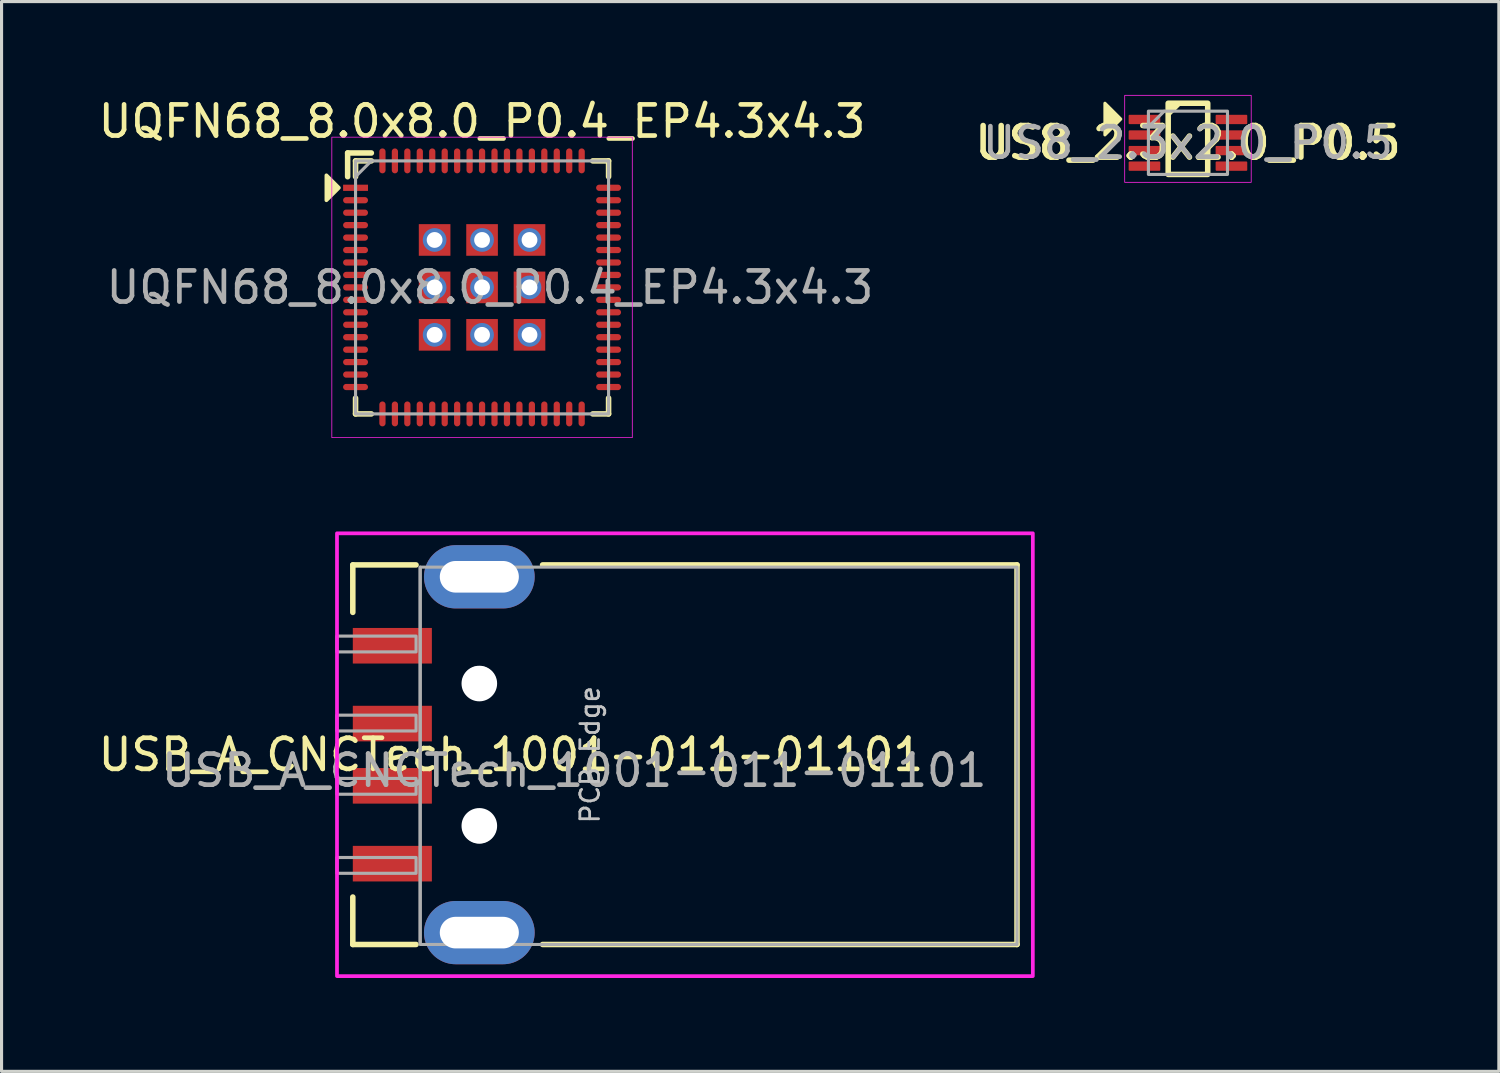
<source format=kicad_pcb>
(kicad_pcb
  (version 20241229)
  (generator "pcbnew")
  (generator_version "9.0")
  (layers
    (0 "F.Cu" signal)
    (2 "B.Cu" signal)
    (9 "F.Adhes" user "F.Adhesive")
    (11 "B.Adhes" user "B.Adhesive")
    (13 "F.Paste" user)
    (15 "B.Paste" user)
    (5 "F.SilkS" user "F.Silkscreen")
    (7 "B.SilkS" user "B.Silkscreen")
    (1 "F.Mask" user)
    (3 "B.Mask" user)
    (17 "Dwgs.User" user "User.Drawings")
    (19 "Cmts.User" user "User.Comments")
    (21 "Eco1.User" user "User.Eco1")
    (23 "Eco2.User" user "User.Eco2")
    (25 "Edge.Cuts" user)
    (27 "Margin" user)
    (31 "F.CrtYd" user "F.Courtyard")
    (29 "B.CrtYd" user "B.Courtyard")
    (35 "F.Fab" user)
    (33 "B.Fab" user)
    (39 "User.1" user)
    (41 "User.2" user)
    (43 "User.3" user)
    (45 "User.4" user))
  (footprint "USB_A_CNCTech_1001-011-01101"
    (layer "F.Cu")
    (at 12.347 21.193)
    (property "Reference" "USB_A_CNCTech_1001-011-01101" (at 1.016 0 0) (layer "F.SilkS") (effects (font (size 1 1) (thickness 0.15))))
    (attr smd)
    (fp_line (start -4.064 -6.096) (end -2.032 -6.096) (stroke (width 0.178) (type solid)) (layer "F.SilkS"))
    (fp_line (start -4.064 -4.572) (end -4.064 -6.096) (stroke (width 0.178) (type solid)) (layer "F.SilkS"))
    (fp_line (start -4.064 4.572) (end -4.064 6.096) (stroke (width 0.178) (type solid)) (layer "F.SilkS"))
    (fp_line (start -4.064 6.096) (end -2.032 6.096) (stroke (width 0.178) (type solid)) (layer "F.SilkS"))
    (fp_line (start 2.032 -6.096) (end 17.272 -6.096) (stroke (width 0.178) (type solid)) (layer "F.SilkS"))
    (fp_line (start 2.032 6.096) (end 17.272 6.096) (stroke (width 0.178) (type solid)) (layer "F.SilkS"))
    (fp_line (start 17.272 -6.096) (end 17.272 6.096) (stroke (width 0.178) (type solid)) (layer "F.SilkS"))
    (fp_line (start 3.048 -7.112) (end 3.048 7.112) (stroke (width 0.12) (type solid)) (layer "F.Paste"))
    (fp_rect (start 17.78 -7.112) (end -4.572 7.112) (stroke (width 0.12) (type solid)) (fill no) (layer "F.CrtYd"))
    (fp_line (start -1.9 6.025) (end -1.9 -6.025) (stroke (width 0.1) (type solid)) (layer "F.Fab"))
    (fp_rect (start -4.572 -3.81) (end -2.032 -3.302) (stroke (width 0.1) (type solid)) (fill no) (layer "F.Fab"))
    (fp_rect (start -4.572 -1.27) (end -2.032 -0.762) (stroke (width 0.1) (type solid)) (fill no) (layer "F.Fab"))
    (fp_rect (start -4.572 0.762) (end -2.032 1.27) (stroke (width 0.1) (type solid)) (fill no) (layer "F.Fab"))
    (fp_rect (start -4.572 3.302) (end -2.032 3.81) (stroke (width 0.1) (type solid)) (fill no) (layer "F.Fab"))
    (fp_rect (start -1.9 -6.025) (end 17.272 6.096) (stroke (width 0.1) (type solid)) (fill no) (layer "F.Fab"))
    (fp_circle (center 0 -2.3) (end 0.5 -2.3) (stroke (width 0.1) (type solid)) (fill no) (layer "F.Fab"))
    (fp_circle (center 0 2.3) (end 0.5 2.3) (stroke (width 0.1) (type solid)) (fill no) (layer "F.Fab"))
    (fp_text user "PCB Edge" (at 3.556 0 90) (layer "Dwgs.User") (effects (font (size 0.6 0.6) (thickness 0.09))))
    (fp_text user "${REFERENCE}" (at 3.048 0.508 180) (layer "F.Fab") (effects (font (size 1 1) (thickness 0.15))))
    (pad "" np_thru_hole circle (at 0 -2.286) (size 1.143 1.143) (drill 1.143) (layers "*.Cu" "*.Mask"))
    (pad "" np_thru_hole circle (at 0 2.286) (size 1.143 1.143) (drill 1.143) (layers "*.Cu" "*.Mask"))
    (pad "1" smd rect (at -2.794 -3.5) (size 2.54 1.143) (layers "F.Cu" "F.Mask" "F.Paste"))
    (pad "2" smd rect (at -2.794 -1) (size 2.54 1.143) (layers "F.Cu" "F.Mask" "F.Paste"))
    (pad "3" smd rect (at -2.794 1) (size 2.54 1.143) (layers "F.Cu" "F.Mask" "F.Paste"))
    (pad "4" smd rect (at -2.794 3.5) (size 2.54 1.143) (layers "F.Cu" "F.Mask" "F.Paste"))
    (pad "SH" thru_hole oval (at 0 -5.715) (size 3.556 2.032) (drill oval 2.54 1.016) (layers "*.Cu" "*.Mask"))
    (pad "SH" thru_hole oval (at 0 5.715) (size 3.556 2.032) (drill oval 2.54 1.016) (layers "*.Cu" "*.Mask")))
  (footprint "UQFN68_8.0x8.0_P0.4_EP4.3x4.3"
    (layer "F.Cu")
    (at 12.435 6.182)
    (property "Reference" "UQFN68_8.0x8.0_P0.4_EP4.3x4.3" (at 0 -5.334 0) (unlocked yes) (layer "F.SilkS") (effects (font (size 1 1) (thickness 0.15))))
    (attr smd)
    (fp_line (start -4.318 -4.318) (end -3.556 -4.318) (stroke (width 0.178) (type solid)) (layer "F.SilkS"))
    (fp_line (start -4.318 -3.556) (end -4.318 -4.318) (stroke (width 0.178) (type solid)) (layer "F.SilkS"))
    (fp_line (start -4.064 -4.064) (end -3.556 -4.064) (stroke (width 0.178) (type solid)) (layer "F.SilkS"))
    (fp_line (start -4.064 -3.556) (end -4.064 -4.064) (stroke (width 0.178) (type solid)) (layer "F.SilkS"))
    (fp_line (start -4.064 3.556) (end -4.064 4.064) (stroke (width 0.178) (type solid)) (layer "F.SilkS"))
    (fp_line (start -4.064 4.064) (end -3.556 4.064) (stroke (width 0.178) (type solid)) (layer "F.SilkS"))
    (fp_line (start 3.556 -4.064) (end 4.064 -4.064) (stroke (width 0.178) (type solid)) (layer "F.SilkS"))
    (fp_line (start 3.556 4.064) (end 4.064 4.064) (stroke (width 0.178) (type solid)) (layer "F.SilkS"))
    (fp_line (start 4.064 -4.064) (end 4.064 -3.556) (stroke (width 0.178) (type solid)) (layer "F.SilkS"))
    (fp_line (start 4.064 4.064) (end 4.064 3.556) (stroke (width 0.178) (type solid)) (layer "F.SilkS"))
    (fp_poly (pts (xy -4.6 -3.2) (xy -5 -2.8) (xy -5 -3.6)) (stroke (width 0.12) (type solid)) (fill yes) (layer "F.SilkS"))
    (fp_rect (start -4.826 -4.826) (end 4.826 4.826) (stroke (width 0.025) (type solid)) (fill no) (layer "F.CrtYd"))
    (fp_line (start -4.064 -3.556) (end -3.556 -4.064) (stroke (width 0.1) (type solid)) (layer "F.Fab"))
    (fp_rect (start -4.064 -4.064) (end 4.064 4.064) (stroke (width 0.1) (type solid)) (fill no) (layer "F.Fab"))
    (fp_text user "${REFERENCE}" (at 0.254 0 0) (unlocked yes) (layer "F.Fab") (effects (font (size 1 1) (thickness 0.15))))
    (pad "1" smd rect (at -4.064 -3.2) (size 0.8 0.2) (layers "F.Cu" "F.Mask" "F.Paste"))
    (pad "2" smd oval (at -4.064 -2.8) (size 0.8 0.2) (layers "F.Cu" "F.Mask" "F.Paste"))
    (pad "3" smd oval (at -4.064 -2.4) (size 0.8 0.2) (layers "F.Cu" "F.Mask" "F.Paste"))
    (pad "4" smd oval (at -4.064 -2) (size 0.8 0.2) (layers "F.Cu" "F.Mask" "F.Paste"))
    (pad "5" smd oval (at -4.064 -1.6) (size 0.8 0.2) (layers "F.Cu" "F.Mask" "F.Paste"))
    (pad "6" smd oval (at -4.064 -1.2) (size 0.8 0.2) (layers "F.Cu" "F.Mask" "F.Paste"))
    (pad "7" smd oval (at -4.064 -0.8) (size 0.8 0.2) (layers "F.Cu" "F.Mask" "F.Paste"))
    (pad "8" smd oval (at -4.064 -0.4) (size 0.8 0.2) (layers "F.Cu" "F.Mask" "F.Paste"))
    (pad "9" smd oval (at -4.064 0) (size 0.8 0.2) (layers "F.Cu" "F.Mask" "F.Paste"))
    (pad "10" smd oval (at -4.064 0.4) (size 0.8 0.2) (layers "F.Cu" "F.Mask" "F.Paste"))
    (pad "11" smd oval (at -4.064 0.8) (size 0.8 0.2) (layers "F.Cu" "F.Mask" "F.Paste"))
    (pad "12" smd oval (at -4.064 1.2) (size 0.8 0.2) (layers "F.Cu" "F.Mask" "F.Paste"))
    (pad "13" smd oval (at -4.064 1.6) (size 0.8 0.2) (layers "F.Cu" "F.Mask" "F.Paste"))
    (pad "14" smd oval (at -4.064 2) (size 0.8 0.2) (layers "F.Cu" "F.Mask" "F.Paste"))
    (pad "15" smd oval (at -4.064 2.4) (size 0.8 0.2) (layers "F.Cu" "F.Mask" "F.Paste"))
    (pad "16" smd oval (at -4.064 2.8) (size 0.8 0.2) (layers "F.Cu" "F.Mask" "F.Paste"))
    (pad "17" smd oval (at -4.064 3.2) (size 0.8 0.2) (layers "F.Cu" "F.Mask" "F.Paste"))
    (pad "18" smd oval (at -3.2 4.064) (size 0.2 0.8) (layers "F.Cu" "F.Mask" "F.Paste"))
    (pad "19" smd oval (at -2.8 4.064) (size 0.2 0.8) (layers "F.Cu" "F.Mask" "F.Paste"))
    (pad "20" smd oval (at -2.4 4.064) (size 0.2 0.8) (layers "F.Cu" "F.Mask" "F.Paste"))
    (pad "21" smd oval (at -2 4.064) (size 0.2 0.8) (layers "F.Cu" "F.Mask" "F.Paste"))
    (pad "22" smd oval (at -1.6 4.064) (size 0.2 0.8) (layers "F.Cu" "F.Mask" "F.Paste"))
    (pad "23" smd oval (at -1.2 4.064) (size 0.2 0.8) (layers "F.Cu" "F.Mask" "F.Paste"))
    (pad "24" smd oval (at -0.8 4.064) (size 0.2 0.8) (layers "F.Cu" "F.Mask" "F.Paste"))
    (pad "25" smd oval (at -0.4 4.064) (size 0.2 0.8) (layers "F.Cu" "F.Mask" "F.Paste"))
    (pad "26" smd oval (at 0 4.064) (size 0.2 0.8) (layers "F.Cu" "F.Mask" "F.Paste"))
    (pad "27" smd oval (at 0.4 4.064) (size 0.2 0.8) (layers "F.Cu" "F.Mask" "F.Paste"))
    (pad "28" smd oval (at 0.8 4.064) (size 0.2 0.8) (layers "F.Cu" "F.Mask" "F.Paste"))
    (pad "29" smd oval (at 1.2 4.064) (size 0.2 0.8) (layers "F.Cu" "F.Mask" "F.Paste"))
    (pad "30" smd oval (at 1.6 4.064) (size 0.2 0.8) (layers "F.Cu" "F.Mask" "F.Paste"))
    (pad "31" smd oval (at 2 4.064) (size 0.2 0.8) (layers "F.Cu" "F.Mask" "F.Paste"))
    (pad "32" smd oval (at 2.4 4.064) (size 0.2 0.8) (layers "F.Cu" "F.Mask" "F.Paste"))
    (pad "33" smd oval (at 2.8 4.064) (size 0.2 0.8) (layers "F.Cu" "F.Mask" "F.Paste"))
    (pad "34" smd oval (at 3.2 4.064) (size 0.2 0.8) (layers "F.Cu" "F.Mask" "F.Paste"))
    (pad "35" smd oval (at 4.064 3.2) (size 0.8 0.2) (layers "F.Cu" "F.Mask" "F.Paste"))
    (pad "36" smd oval (at 4.064 2.8) (size 0.8 0.2) (layers "F.Cu" "F.Mask" "F.Paste"))
    (pad "37" smd oval (at 4.064 2.4) (size 0.8 0.2) (layers "F.Cu" "F.Mask" "F.Paste"))
    (pad "38" smd oval (at 4.064 2) (size 0.8 0.2) (layers "F.Cu" "F.Mask" "F.Paste"))
    (pad "39" smd oval (at 4.064 1.6) (size 0.8 0.2) (layers "F.Cu" "F.Mask" "F.Paste"))
    (pad "40" smd oval (at 4.064 1.2) (size 0.8 0.2) (layers "F.Cu" "F.Mask" "F.Paste"))
    (pad "41" smd oval (at 4.064 0.8) (size 0.8 0.2) (layers "F.Cu" "F.Mask" "F.Paste"))
    (pad "42" smd oval (at 4.064 0.4) (size 0.8 0.2) (layers "F.Cu" "F.Mask" "F.Paste"))
    (pad "43" smd oval (at 4.064 0) (size 0.8 0.2) (layers "F.Cu" "F.Mask" "F.Paste"))
    (pad "44" smd oval (at 4.064 -0.4) (size 0.8 0.2) (layers "F.Cu" "F.Mask" "F.Paste"))
    (pad "45" smd oval (at 4.064 -0.8) (size 0.8 0.2) (layers "F.Cu" "F.Mask" "F.Paste"))
    (pad "46" smd oval (at 4.064 -1.2) (size 0.8 0.2) (layers "F.Cu" "F.Mask" "F.Paste"))
    (pad "47" smd oval (at 4.064 -1.6) (size 0.8 0.2) (layers "F.Cu" "F.Mask" "F.Paste"))
    (pad "48" smd oval (at 4.064 -2) (size 0.8 0.2) (layers "F.Cu" "F.Mask" "F.Paste"))
    (pad "49" smd oval (at 4.064 -2.4) (size 0.8 0.2) (layers "F.Cu" "F.Mask" "F.Paste"))
    (pad "50" smd oval (at 4.064 -2.8) (size 0.8 0.2) (layers "F.Cu" "F.Mask" "F.Paste"))
    (pad "51" smd oval (at 4.064 -3.2) (size 0.8 0.2) (layers "F.Cu" "F.Mask" "F.Paste"))
    (pad "52" smd oval (at 3.2 -4.064) (size 0.2 0.8) (layers "F.Cu" "F.Mask" "F.Paste"))
    (pad "53" smd oval (at 2.8 -4.064) (size 0.2 0.8) (layers "F.Cu" "F.Mask" "F.Paste"))
    (pad "54" smd oval (at 2.4 -4.064) (size 0.2 0.8) (layers "F.Cu" "F.Mask" "F.Paste"))
    (pad "55" smd oval (at 2 -4.064) (size 0.2 0.8) (layers "F.Cu" "F.Mask" "F.Paste"))
    (pad "56" smd oval (at 1.6 -4.064) (size 0.2 0.8) (layers "F.Cu" "F.Mask" "F.Paste"))
    (pad "57" smd oval (at 1.2 -4.064) (size 0.2 0.8) (layers "F.Cu" "F.Mask" "F.Paste"))
    (pad "58" smd oval (at 0.8 -4.064) (size 0.2 0.8) (layers "F.Cu" "F.Mask" "F.Paste"))
    (pad "59" smd oval (at 0.4 -4.064) (size 0.2 0.8) (layers "F.Cu" "F.Mask" "F.Paste"))
    (pad "60" smd oval (at 0 -4.064) (size 0.2 0.8) (layers "F.Cu" "F.Mask" "F.Paste"))
    (pad "61" smd oval (at -0.4 -4.064) (size 0.2 0.8) (layers "F.Cu" "F.Mask" "F.Paste"))
    (pad "62" smd oval (at -0.8 -4.064) (size 0.2 0.8) (layers "F.Cu" "F.Mask" "F.Paste"))
    (pad "63" smd oval (at -1.2 -4.064) (size 0.2 0.8) (layers "F.Cu" "F.Mask" "F.Paste"))
    (pad "64" smd oval (at -1.6 -4.064) (size 0.2 0.8) (layers "F.Cu" "F.Mask" "F.Paste"))
    (pad "65" smd oval (at -2 -4.064) (size 0.2 0.8) (layers "F.Cu" "F.Mask" "F.Paste"))
    (pad "66" smd oval (at -2.4 -4.064) (size 0.2 0.8) (layers "F.Cu" "F.Mask" "F.Paste"))
    (pad "67" smd oval (at -2.8 -4.064) (size 0.2 0.8) (layers "F.Cu" "F.Mask" "F.Paste"))
    (pad "68" smd oval (at -3.2 -4.064) (size 0.2 0.8) (layers "F.Cu" "F.Mask" "F.Paste"))
    (pad "69" thru_hole circle (at -1.524 -1.524) (size 0.762 0.762) (drill 0.508) (layers "*.Cu" "*.Mask"))
    (pad "69" smd rect (at -1.524 -1.524) (size 1.016 1.016) (layers "F.Cu" "F.Mask" "F.Paste"))
    (pad "69" thru_hole circle (at -1.524 0) (size 0.762 0.762) (drill 0.508) (layers "*.Cu" "*.Mask"))
    (pad "69" smd rect (at -1.524 0) (size 1.016 1.016) (layers "F.Cu" "F.Mask" "F.Paste"))
    (pad "69" thru_hole circle (at -1.524 1.524) (size 0.762 0.762) (drill 0.508) (layers "*.Cu" "*.Mask"))
    (pad "69" smd rect (at -1.524 1.524) (size 1.016 1.016) (layers "F.Cu" "F.Mask" "F.Paste"))
    (pad "69" thru_hole circle (at 0 -1.524) (size 0.762 0.762) (drill 0.508) (layers "*.Cu" "*.Mask"))
    (pad "69" smd rect (at 0 -1.524) (size 1.016 1.016) (layers "F.Cu" "F.Mask" "F.Paste"))
    (pad "69" thru_hole circle (at 0 0) (size 0.762 0.762) (drill 0.508) (layers "*.Cu" "*.Mask"))
    (pad "69" smd rect (at 0 0) (size 1.016 1.016) (layers "F.Cu" "F.Mask" "F.Paste"))
    (pad "69" thru_hole circle (at 0 1.524) (size 0.762 0.762) (drill 0.508) (layers "*.Cu" "*.Mask"))
    (pad "69" smd rect (at 0 1.524) (size 1.016 1.016) (layers "F.Cu" "F.Mask" "F.Paste"))
    (pad "69" thru_hole circle (at 1.524 -1.524) (size 0.762 0.762) (drill 0.508) (layers "*.Cu" "*.Mask"))
    (pad "69" smd rect (at 1.524 -1.524) (size 1.016 1.016) (layers "F.Cu" "F.Mask" "F.Paste"))
    (pad "69" thru_hole circle (at 1.524 0) (size 0.762 0.762) (drill 0.508) (layers "*.Cu" "*.Mask"))
    (pad "69" smd rect (at 1.524 0) (size 1.016 1.016) (layers "F.Cu" "F.Mask" "F.Paste"))
    (pad "69" thru_hole circle (at 1.524 1.524) (size 0.762 0.762) (drill 0.508) (layers "*.Cu" "*.Mask"))
    (pad "69" smd rect (at 1.524 1.524) (size 1.016 1.016) (layers "F.Cu" "F.Mask" "F.Paste")))
  (footprint "US8_2.3x2.0_P0.5"
    (layer "F.Cu")
    (at 35.11 1.537)
    (property "Reference" "US8_2.3x2.0_P0.5" (at 0 0 0) (layer "F.SilkS") (effects (font (size 1.016 1.016) (thickness 0.178))))
    (attr smd)
    (fp_rect (start -0.635 -1.27) (end 0.635 1.016) (stroke (width 0.178) (type solid)) (fill no) (layer "F.SilkS"))
    (fp_poly (pts (xy -2.159 -0.762) (xy -2.667 -0.254) (xy -2.667 -1.27)) (stroke (width 0.1) (type solid)) (fill yes) (layer "F.SilkS"))
    (fp_poly (pts (xy -0.635 -0.889) (xy -0.635 -1.27) (xy -0.254 -1.27)) (stroke (width 0.12) (type solid)) (fill yes) (layer "F.SilkS"))
    (fp_rect (start -2.032 -1.524) (end 2.032 1.27) (stroke (width 0.025) (type solid)) (fill no) (layer "F.CrtYd"))
    (fp_line (start -1.27 -0.508) (end -0.762 -1.016) (stroke (width 0.1) (type solid)) (layer "F.Fab"))
    (fp_rect (start -1.27 -1.016) (end 1.27 1.016) (stroke (width 0.1) (type solid)) (fill no) (layer "F.Fab"))
    (fp_text user "${REFERENCE}" (at 0 0 0) (layer "F.Fab") (effects (font (size 0.98 0.98) (thickness 0.15))))
    (pad "1" smd roundrect (at -1.397 -0.75) (size 1.016 0.3) (layers "F.Cu" "F.Mask" "F.Paste") (roundrect_rratio 0.1))
    (pad "2" smd roundrect (at -1.397 -0.25) (size 1.016 0.3) (layers "F.Cu" "F.Mask" "F.Paste") (roundrect_rratio 0.1))
    (pad "3" smd roundrect (at -1.397 0.25) (size 1.016 0.3) (layers "F.Cu" "F.Mask" "F.Paste") (roundrect_rratio 0.1))
    (pad "4" smd roundrect (at -1.397 0.75) (size 1.016 0.3) (layers "F.Cu" "F.Mask" "F.Paste") (roundrect_rratio 0.1))
    (pad "5" smd roundrect (at 1.397 0.75) (size 1.016 0.3) (layers "F.Cu" "F.Mask" "F.Paste") (roundrect_rratio 0.1))
    (pad "6" smd roundrect (at 1.397 0.25) (size 1.016 0.3) (layers "F.Cu" "F.Mask" "F.Paste") (roundrect_rratio 0.1))
    (pad "7" smd roundrect (at 1.397 -0.25) (size 1.016 0.3) (layers "F.Cu" "F.Mask" "F.Paste") (roundrect_rratio 0.1))
    (pad "8" smd roundrect (at 1.397 -0.75) (size 1.016 0.3) (layers "F.Cu" "F.Mask" "F.Paste") (roundrect_rratio 0.1)))
  (gr_rect
    (start -3 -3)
    (end 45.097 31.365)
    (stroke (width 0.1) (type default))
    (fill no)
    (layer "Edge.Cuts")))
</source>
